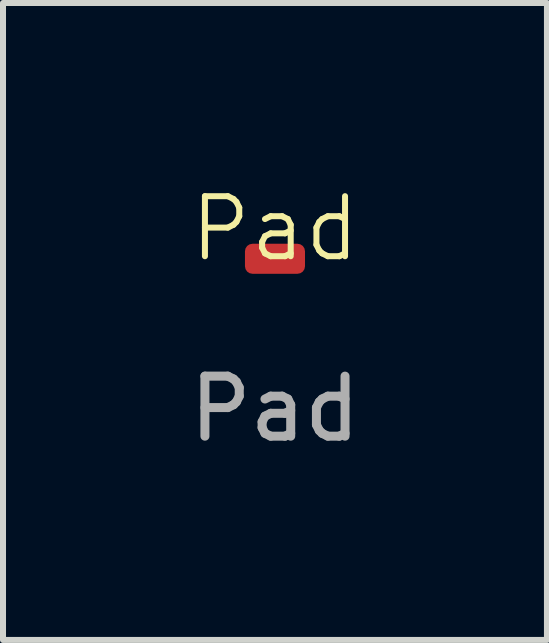
<source format=kicad_pcb>
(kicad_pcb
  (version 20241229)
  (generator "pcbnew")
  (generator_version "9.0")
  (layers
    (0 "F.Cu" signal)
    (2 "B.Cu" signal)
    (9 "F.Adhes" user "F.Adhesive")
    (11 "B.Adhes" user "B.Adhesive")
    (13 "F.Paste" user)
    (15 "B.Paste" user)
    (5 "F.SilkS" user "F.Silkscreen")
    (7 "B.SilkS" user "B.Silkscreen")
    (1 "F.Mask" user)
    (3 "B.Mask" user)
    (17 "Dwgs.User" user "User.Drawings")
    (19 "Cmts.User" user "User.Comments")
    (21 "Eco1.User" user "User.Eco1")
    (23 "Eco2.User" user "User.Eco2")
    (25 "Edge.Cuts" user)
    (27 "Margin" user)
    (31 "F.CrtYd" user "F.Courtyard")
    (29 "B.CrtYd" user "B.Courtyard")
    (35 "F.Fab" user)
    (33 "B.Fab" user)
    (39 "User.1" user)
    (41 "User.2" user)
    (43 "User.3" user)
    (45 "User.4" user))
  (footprint "Pad"
    (layer "F.Cu")
    (at 1.53 1.26)
    (property "Reference" "Pad" (at 0 -0.5 0) (unlocked yes) (layer "F.SilkS") (effects (font (size 1 1) (thickness 0.1))))
    (attr smd)
    (fp_text user "${REFERENCE}" (at 0 2.5 0) (unlocked yes) (layer "F.Fab") (effects (font (size 1 1) (thickness 0.15))))
    (pad "1" smd roundrect (at 0 0) (size 1 0.5) (layers "F.Cu" "F.Mask" "F.Paste") (roundrect_rratio 0.25)))
  (gr_rect
    (start -3 -3)
    (end 6.06 7.609)
    (stroke (width 0.1) (type default))
    (fill no)
    (layer "Edge.Cuts")))
</source>
